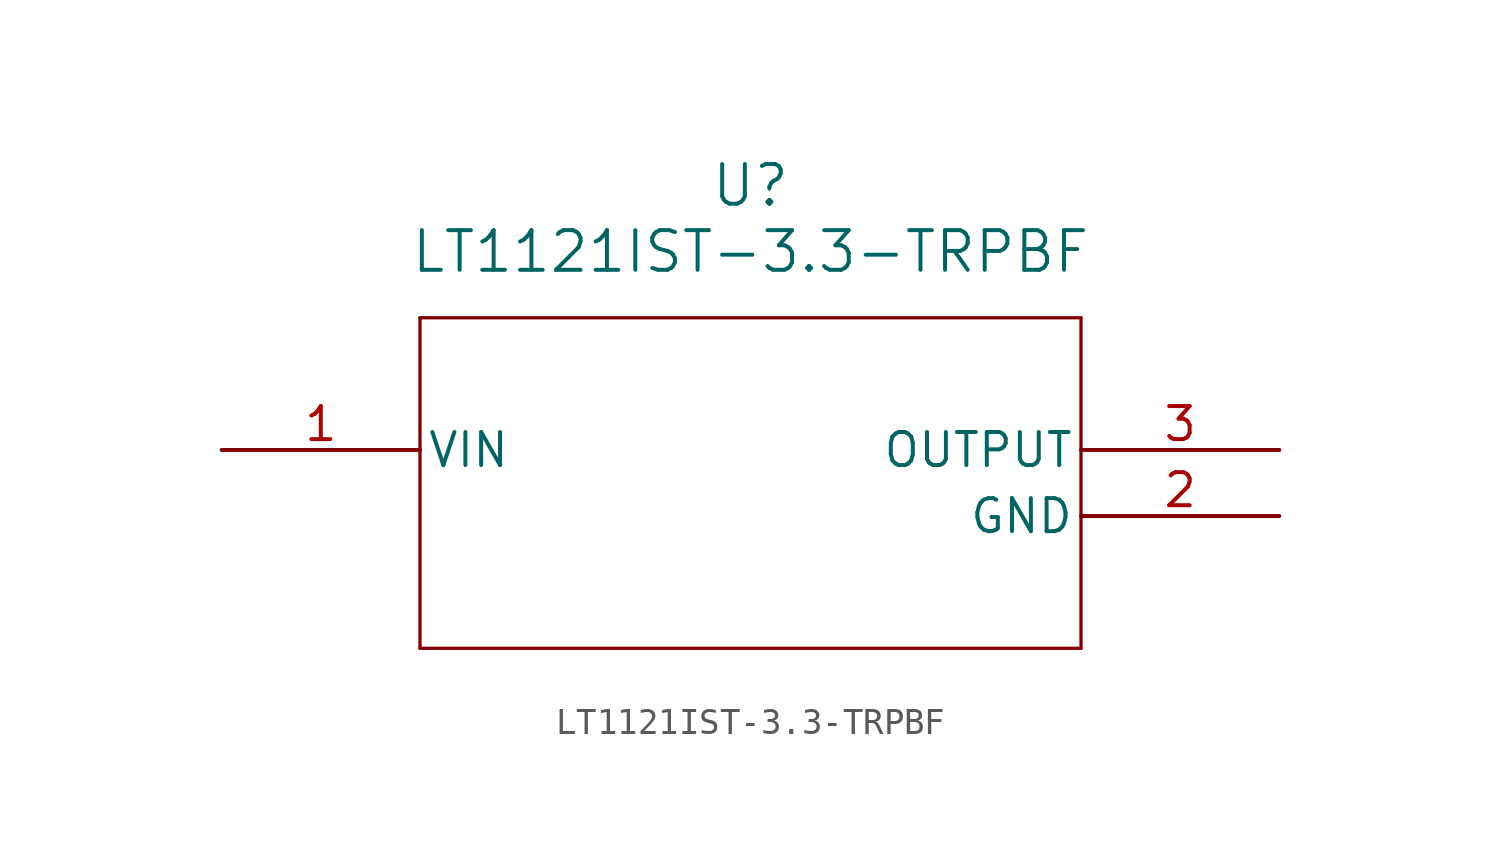
<source format=kicad_sym>
(kicad_symbol_lib
  (version 20211014)
  (generator kicad_symbol_editor)
  (symbol "LT1121IST-3.3-TRPBF"
    (pin_names
      (offset 0.254))
    (property "Reference" "U"
      (at 20.32 10.16 0)
      (effects (font (size 1.524 1.524))))
    (property "Value" "LT1121IST-3.3-TRPBF"
      (at 20.32 7.62 0)
      (effects (font (size 1.524 1.524))))
    (symbol "LT1121IST-3.3-TRPBF_0_1"
      (polyline (pts (xy 7.62 5.08) (xy 7.62 -7.62)) (stroke (width 0.127) (type default) (color 0 0 0 0)) (fill (type none)))
      (polyline (pts (xy 7.62 -7.62) (xy 33.02 -7.62)) (stroke (width 0.127) (type default) (color 0 0 0 0)) (fill (type none)))
      (polyline (pts (xy 33.02 -7.62) (xy 33.02 5.08)) (stroke (width 0.127) (type default) (color 0 0 0 0)) (fill (type none)))
      (polyline (pts (xy 33.02 5.08) (xy 7.62 5.08)) (stroke (width 0.127) (type default) (color 0 0 0 0)) (fill (type none)))
      (pin input line (at 0 0 0) (length 7.62) (name "VIN" (effects (font (size 1.27 1.27)))) (number "1" (effects (font (size 1.27 1.27)))))
      (pin power_in line (at 40.64 -2.54 180) (length 7.62) (name "GND" (effects (font (size 1.27 1.27)))) (number "2" (effects (font (size 1.27 1.27)))))
      (pin output line (at 40.64 0 180) (length 7.62) (name "OUTPUT" (effects (font (size 1.27 1.27)))) (number "3" (effects (font (size 1.27 1.27))))))))
</source>
